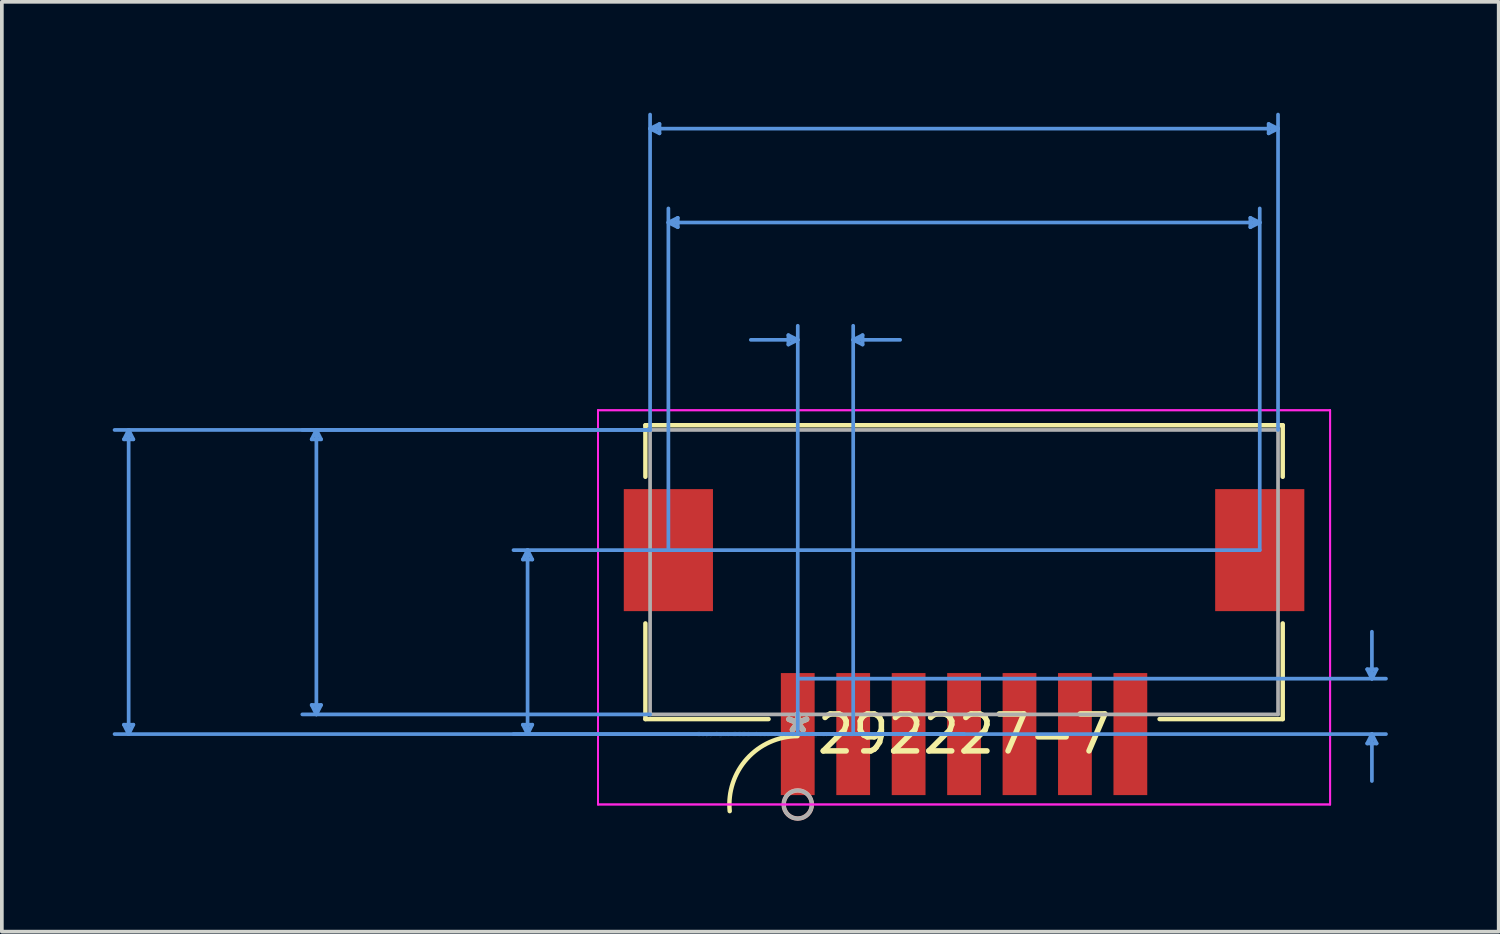
<source format=kicad_pcb>
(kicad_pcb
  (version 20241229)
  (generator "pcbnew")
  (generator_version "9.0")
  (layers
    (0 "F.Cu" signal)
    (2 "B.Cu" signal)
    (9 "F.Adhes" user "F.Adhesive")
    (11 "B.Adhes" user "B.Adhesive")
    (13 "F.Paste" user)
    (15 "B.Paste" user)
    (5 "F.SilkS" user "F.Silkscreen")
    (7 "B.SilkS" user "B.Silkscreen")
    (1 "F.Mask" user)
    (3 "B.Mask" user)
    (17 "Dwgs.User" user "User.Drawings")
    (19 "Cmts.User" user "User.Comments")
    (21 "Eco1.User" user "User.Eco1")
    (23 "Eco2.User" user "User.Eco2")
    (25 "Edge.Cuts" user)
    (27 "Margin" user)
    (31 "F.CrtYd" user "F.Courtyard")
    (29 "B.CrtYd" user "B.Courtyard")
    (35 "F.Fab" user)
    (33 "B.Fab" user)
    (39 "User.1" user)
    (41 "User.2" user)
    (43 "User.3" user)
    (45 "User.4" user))
  (footprint "292227-7"
    (layer "F.Cu")
    (at 18.537 16.814)
    (property "Reference" "292227-7" (at 4.5 0 0) (layer "F.SilkS") (effects (font (size 1 1) (thickness 0.15))))
    (attr through_hole)
    (fp_line (start -4.123 -8.357) (end -4.123 -6.962) (stroke (width 0.12) (type solid)) (layer "F.SilkS"))
    (fp_line (start -4.123 -2.995) (end -4.123 -0.406) (stroke (width 0.12) (type solid)) (layer "F.SilkS"))
    (fp_line (start -4.123 -0.406) (end -0.79 -0.406) (stroke (width 0.12) (type solid)) (layer "F.SilkS"))
    (fp_line (start 9.79 -0.406) (end 13.123 -0.406) (stroke (width 0.12) (type solid)) (layer "F.SilkS"))
    (fp_line (start 13.123 -8.357) (end -4.123 -8.357) (stroke (width 0.12) (type solid)) (layer "F.SilkS"))
    (fp_line (start 13.123 -6.962) (end 13.123 -8.357) (stroke (width 0.12) (type solid)) (layer "F.SilkS"))
    (fp_line (start 13.123 -0.406) (end 13.123 -2.995) (stroke (width 0.12) (type solid)) (layer "F.SilkS"))
    (fp_arc (start -1.841369 2.084635) (mid -1.372666 0.664558) (end -0.007155 0.054903) (stroke (width 0.12) (type solid)) (layer "F.SilkS"))
    (fp_circle (center 0 1.905) (end 0.381 1.905) (stroke (width 0.12) (type solid)) (fill no) (layer "B.SilkS"))
    (fp_line (start -18.233 -7.976) (end -17.979 -7.976) (stroke (width 0.1) (type solid)) (layer "Cmts.User"))
    (fp_line (start -18.233 -0.254) (end -17.979 -0.254) (stroke (width 0.1) (type solid)) (layer "Cmts.User"))
    (fp_line (start -18.106 -8.23) (end -18.233 -7.976) (stroke (width 0.1) (type solid)) (layer "Cmts.User"))
    (fp_line (start -18.106 -8.23) (end -18.106 0) (stroke (width 0.1) (type solid)) (layer "Cmts.User"))
    (fp_line (start -18.106 -8.23) (end -17.979 -7.976) (stroke (width 0.1) (type solid)) (layer "Cmts.User"))
    (fp_line (start -18.106 0) (end -18.233 -0.254) (stroke (width 0.1) (type solid)) (layer "Cmts.User"))
    (fp_line (start -18.106 0) (end -17.979 -0.254) (stroke (width 0.1) (type solid)) (layer "Cmts.User"))
    (fp_line (start -13.153 -7.976) (end -12.899 -7.976) (stroke (width 0.1) (type solid)) (layer "Cmts.User"))
    (fp_line (start -13.153 -0.787) (end -12.899 -0.787) (stroke (width 0.1) (type solid)) (layer "Cmts.User"))
    (fp_line (start -13.026 -8.23) (end -13.153 -7.976) (stroke (width 0.1) (type solid)) (layer "Cmts.User"))
    (fp_line (start -13.026 -8.23) (end -13.026 -0.533) (stroke (width 0.1) (type solid)) (layer "Cmts.User"))
    (fp_line (start -13.026 -8.23) (end -12.899 -7.976) (stroke (width 0.1) (type solid)) (layer "Cmts.User"))
    (fp_line (start -13.026 -0.533) (end -13.153 -0.787) (stroke (width 0.1) (type solid)) (layer "Cmts.User"))
    (fp_line (start -13.026 -0.533) (end -12.899 -0.787) (stroke (width 0.1) (type solid)) (layer "Cmts.User"))
    (fp_line (start -7.438 -4.724) (end -7.184 -4.724) (stroke (width 0.1) (type solid)) (layer "Cmts.User"))
    (fp_line (start -7.438 -0.254) (end -7.184 -0.254) (stroke (width 0.1) (type solid)) (layer "Cmts.User"))
    (fp_line (start -7.311 -4.978) (end -7.438 -4.724) (stroke (width 0.1) (type solid)) (layer "Cmts.User"))
    (fp_line (start -7.311 -4.978) (end -7.311 0) (stroke (width 0.1) (type solid)) (layer "Cmts.User"))
    (fp_line (start -7.311 -4.978) (end -7.184 -4.724) (stroke (width 0.1) (type solid)) (layer "Cmts.User"))
    (fp_line (start -7.311 0) (end -7.438 -0.254) (stroke (width 0.1) (type solid)) (layer "Cmts.User"))
    (fp_line (start -7.311 0) (end -7.184 -0.254) (stroke (width 0.1) (type solid)) (layer "Cmts.User"))
    (fp_line (start -3.996 -16.383) (end -3.742 -16.51) (stroke (width 0.1) (type solid)) (layer "Cmts.User"))
    (fp_line (start -3.996 -16.383) (end -3.742 -16.256) (stroke (width 0.1) (type solid)) (layer "Cmts.User"))
    (fp_line (start -3.996 -16.383) (end 12.996 -16.383) (stroke (width 0.1) (type solid)) (layer "Cmts.User"))
    (fp_line (start -3.996 -8.23) (end -18.487 -8.23) (stroke (width 0.1) (type solid)) (layer "Cmts.User"))
    (fp_line (start -3.996 -8.23) (end -13.407 -8.23) (stroke (width 0.1) (type solid)) (layer "Cmts.User"))
    (fp_line (start -3.996 -8.23) (end -3.996 -16.764) (stroke (width 0.1) (type solid)) (layer "Cmts.User"))
    (fp_line (start -3.996 -0.533) (end -13.407 -0.533) (stroke (width 0.1) (type solid)) (layer "Cmts.User"))
    (fp_line (start -3.742 -16.51) (end -3.742 -16.256) (stroke (width 0.1) (type solid)) (layer "Cmts.User"))
    (fp_line (start -3.501 -13.843) (end -3.247 -13.97) (stroke (width 0.1) (type solid)) (layer "Cmts.User"))
    (fp_line (start -3.501 -13.843) (end -3.247 -13.716) (stroke (width 0.1) (type solid)) (layer "Cmts.User"))
    (fp_line (start -3.501 -13.843) (end 12.501 -13.843) (stroke (width 0.1) (type solid)) (layer "Cmts.User"))
    (fp_line (start -3.501 -4.978) (end -3.501 -14.224) (stroke (width 0.1) (type solid)) (layer "Cmts.User"))
    (fp_line (start -3.247 -13.97) (end -3.247 -13.716) (stroke (width 0.1) (type solid)) (layer "Cmts.User"))
    (fp_line (start -0.254 -10.795) (end -0.254 -10.541) (stroke (width 0.1) (type solid)) (layer "Cmts.User"))
    (fp_line (start 0 -10.668) (end -1.27 -10.668) (stroke (width 0.1) (type solid)) (layer "Cmts.User"))
    (fp_line (start 0 -10.668) (end -0.254 -10.795) (stroke (width 0.1) (type solid)) (layer "Cmts.User"))
    (fp_line (start 0 -10.668) (end -0.254 -10.541) (stroke (width 0.1) (type solid)) (layer "Cmts.User"))
    (fp_line (start 0 -1.5) (end 15.917 -1.5) (stroke (width 0.1) (type solid)) (layer "Cmts.User"))
    (fp_line (start 0 0) (end 0 -11.049) (stroke (width 0.1) (type solid)) (layer "Cmts.User"))
    (fp_line (start 0 0) (end 15.917 0) (stroke (width 0.1) (type solid)) (layer "Cmts.User"))
    (fp_line (start 1.5 -10.668) (end 1.754 -10.795) (stroke (width 0.1) (type solid)) (layer "Cmts.User"))
    (fp_line (start 1.5 -10.668) (end 1.754 -10.541) (stroke (width 0.1) (type solid)) (layer "Cmts.User"))
    (fp_line (start 1.5 -10.668) (end 2.77 -10.668) (stroke (width 0.1) (type solid)) (layer "Cmts.User"))
    (fp_line (start 1.5 0) (end 1.5 -11.049) (stroke (width 0.1) (type solid)) (layer "Cmts.User"))
    (fp_line (start 1.754 -10.795) (end 1.754 -10.541) (stroke (width 0.1) (type solid)) (layer "Cmts.User"))
    (fp_line (start 4.5 0) (end -18.487 0) (stroke (width 0.1) (type solid)) (layer "Cmts.User"))
    (fp_line (start 4.5 0) (end -7.692 0) (stroke (width 0.1) (type solid)) (layer "Cmts.User"))
    (fp_line (start 12.247 -13.97) (end 12.247 -13.716) (stroke (width 0.1) (type solid)) (layer "Cmts.User"))
    (fp_line (start 12.501 -13.843) (end 12.247 -13.97) (stroke (width 0.1) (type solid)) (layer "Cmts.User"))
    (fp_line (start 12.501 -13.843) (end 12.247 -13.716) (stroke (width 0.1) (type solid)) (layer "Cmts.User"))
    (fp_line (start 12.501 -4.978) (end -7.692 -4.978) (stroke (width 0.1) (type solid)) (layer "Cmts.User"))
    (fp_line (start 12.501 -4.978) (end 12.501 -14.224) (stroke (width 0.1) (type solid)) (layer "Cmts.User"))
    (fp_line (start 12.742 -16.51) (end 12.742 -16.256) (stroke (width 0.1) (type solid)) (layer "Cmts.User"))
    (fp_line (start 12.996 -16.383) (end 12.742 -16.51) (stroke (width 0.1) (type solid)) (layer "Cmts.User"))
    (fp_line (start 12.996 -16.383) (end 12.742 -16.256) (stroke (width 0.1) (type solid)) (layer "Cmts.User"))
    (fp_line (start 12.996 -8.23) (end 12.996 -16.764) (stroke (width 0.1) (type solid)) (layer "Cmts.User"))
    (fp_line (start 15.409 -1.754) (end 15.663 -1.754) (stroke (width 0.1) (type solid)) (layer "Cmts.User"))
    (fp_line (start 15.409 0.254) (end 15.663 0.254) (stroke (width 0.1) (type solid)) (layer "Cmts.User"))
    (fp_line (start 15.536 -1.5) (end 15.409 -1.754) (stroke (width 0.1) (type solid)) (layer "Cmts.User"))
    (fp_line (start 15.536 -1.5) (end 15.536 -2.77) (stroke (width 0.1) (type solid)) (layer "Cmts.User"))
    (fp_line (start 15.536 -1.5) (end 15.663 -1.754) (stroke (width 0.1) (type solid)) (layer "Cmts.User"))
    (fp_line (start 15.536 0) (end 15.409 0.254) (stroke (width 0.1) (type solid)) (layer "Cmts.User"))
    (fp_line (start 15.536 0) (end 15.536 1.27) (stroke (width 0.1) (type solid)) (layer "Cmts.User"))
    (fp_line (start 15.536 0) (end 15.663 0.254) (stroke (width 0.1) (type solid)) (layer "Cmts.User"))
    (fp_line (start -5.406 -8.763) (end -5.406 1.905) (stroke (width 0.05) (type solid)) (layer "F.CrtYd"))
    (fp_line (start -5.406 -8.763) (end -5.406 1.905) (stroke (width 0.05) (type solid)) (layer "F.CrtYd"))
    (fp_line (start -5.406 1.905) (end 14.406 1.905) (stroke (width 0.05) (type solid)) (layer "F.CrtYd"))
    (fp_line (start -5.406 1.905) (end 14.406 1.905) (stroke (width 0.05) (type solid)) (layer "F.CrtYd"))
    (fp_line (start 14.406 -8.763) (end -5.406 -8.763) (stroke (width 0.05) (type solid)) (layer "F.CrtYd"))
    (fp_line (start 14.406 -8.763) (end -5.406 -8.763) (stroke (width 0.05) (type solid)) (layer "F.CrtYd"))
    (fp_line (start 14.406 1.905) (end 14.406 -8.763) (stroke (width 0.05) (type solid)) (layer "F.CrtYd"))
    (fp_line (start 14.406 1.905) (end 14.406 -8.763) (stroke (width 0.05) (type solid)) (layer "F.CrtYd"))
    (fp_line (start -3.996 -8.23) (end -3.996 -0.533) (stroke (width 0.1) (type solid)) (layer "F.Fab"))
    (fp_line (start -3.996 -0.533) (end 12.996 -0.533) (stroke (width 0.1) (type solid)) (layer "F.Fab"))
    (fp_line (start 12.996 -8.23) (end -3.996 -8.23) (stroke (width 0.1) (type solid)) (layer "F.Fab"))
    (fp_line (start 12.996 -0.533) (end 12.996 -8.23) (stroke (width 0.1) (type solid)) (layer "F.Fab"))
    (fp_circle (center 0 1.905) (end 0.381 1.905) (stroke (width 0.1) (type solid)) (fill no) (layer "F.Fab"))
    (fp_text user "*" (at 0 0 0) (layer "F.SilkS") (effects (font (size 1 1) (thickness 0.15))))
    (fp_text user "Copyright 2021 Accelerated Designs. All rights reserved." (at 0 0 0) (layer "Cmts.User") (effects (font (size 0.127 0.127) (thickness 0.002))))
    (fp_text user "*" (at 0 0 0) (layer "F.Fab") (effects (font (size 1 1) (thickness 0.15))))
    (pad "1" smd rect (at 0 0) (size 0.914 3.302) (layers "F.Cu" "F.Mask" "F.Paste"))
    (pad "2" smd rect (at 1.5 0) (size 0.914 3.302) (layers "F.Cu" "F.Mask" "F.Paste"))
    (pad "3" smd rect (at 3 0) (size 0.914 3.302) (layers "F.Cu" "F.Mask" "F.Paste"))
    (pad "4" smd rect (at 4.5 0) (size 0.914 3.302) (layers "F.Cu" "F.Mask" "F.Paste"))
    (pad "5" smd rect (at 6 0) (size 0.914 3.302) (layers "F.Cu" "F.Mask" "F.Paste"))
    (pad "6" smd rect (at 7.5 0) (size 0.914 3.302) (layers "F.Cu" "F.Mask" "F.Paste"))
    (pad "7" smd rect (at 9 0) (size 0.914 3.302) (layers "F.Cu" "F.Mask" "F.Paste"))
    (pad "8" smd rect (at -3.501 -4.978) (size 2.413 3.302) (layers "F.Cu" "F.Mask" "F.Paste"))
    (pad "9" smd rect (at 12.501 -4.978) (size 2.413 3.302) (layers "F.Cu" "F.Mask" "F.Paste")))
  (gr_rect
    (start -3 -3)
    (end 37.504 22.16)
    (stroke (width 0.1) (type default))
    (fill no)
    (layer "Edge.Cuts")))
</source>
